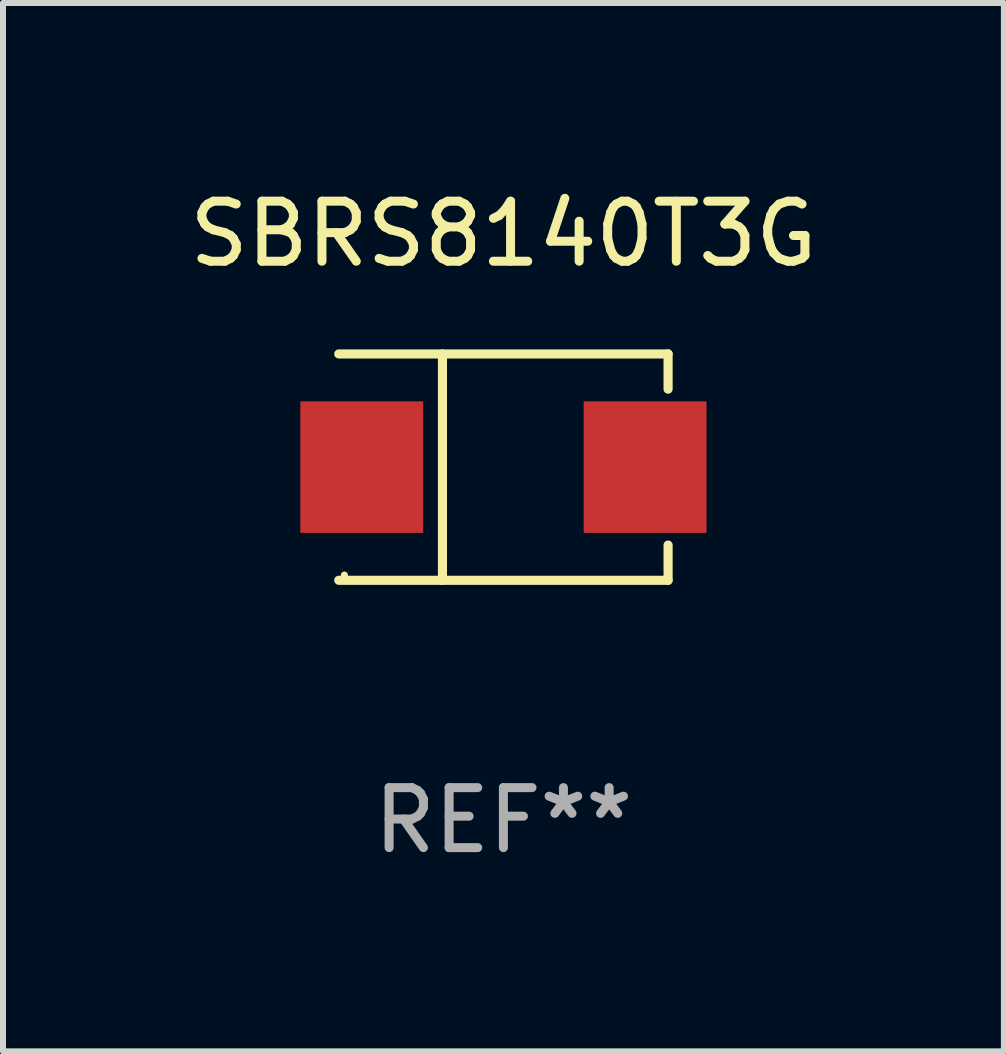
<source format=kicad_pcb>
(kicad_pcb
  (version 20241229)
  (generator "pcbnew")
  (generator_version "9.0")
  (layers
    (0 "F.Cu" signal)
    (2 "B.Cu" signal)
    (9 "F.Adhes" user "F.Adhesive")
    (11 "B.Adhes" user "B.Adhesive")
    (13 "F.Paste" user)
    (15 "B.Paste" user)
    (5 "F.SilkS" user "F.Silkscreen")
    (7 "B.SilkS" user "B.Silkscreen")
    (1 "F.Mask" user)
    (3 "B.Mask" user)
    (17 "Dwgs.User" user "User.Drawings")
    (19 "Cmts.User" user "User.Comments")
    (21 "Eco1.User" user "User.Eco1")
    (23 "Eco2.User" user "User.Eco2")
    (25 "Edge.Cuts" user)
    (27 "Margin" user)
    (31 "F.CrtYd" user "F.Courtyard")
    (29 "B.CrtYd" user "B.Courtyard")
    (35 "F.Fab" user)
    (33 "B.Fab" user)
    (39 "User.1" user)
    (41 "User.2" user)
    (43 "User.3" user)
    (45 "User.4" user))
  (footprint "SBRS8140T3G"
    (layer "F.Cu")
    (at 5.339 4.734)
    (property "Reference" "SBRS8140T3G" (at 0 -3.886 0) (layer "F.SilkS") (effects (font (size 1 1) (thickness 0.15))))
    (attr through_hole)
    (fp_line (start -2.744 -1.886) (end 2.744 -1.886) (stroke (width 0.152) (type solid)) (layer "F.SilkS"))
    (fp_line (start -2.744 1.886) (end 2.744 1.886) (stroke (width 0.152) (type solid)) (layer "F.SilkS"))
    (fp_line (start -1.016 -1.886) (end -1.016 1.886) (stroke (width 0.152) (type solid)) (layer "F.SilkS"))
    (fp_line (start 2.744 -1.886) (end 2.744 -1.299) (stroke (width 0.152) (type solid)) (layer "F.SilkS"))
    (fp_line (start 2.744 1.886) (end 2.744 1.299) (stroke (width 0.152) (type solid)) (layer "F.SilkS"))
    (fp_circle (center -2.65 1.8) (end -2.62 1.8) (stroke (width 0.06) (type solid)) (fill no) (layer "F.SilkS"))
    (fp_text user "REF**" (at 0 5.886 0) (layer "F.Fab") (effects (font (size 1 1) (thickness 0.15))))
    (pad "1" smd rect (at -2.361 0) (size 2.047 2.192) (layers "F.Cu" "F.Mask" "F.Paste"))
    (pad "2" smd rect (at 2.361 0) (size 2.047 2.192) (layers "F.Cu" "F.Mask" "F.Paste")))
  (gr_rect
    (start -3 -3)
    (end 13.679 14.469)
    (stroke (width 0.1) (type default))
    (fill no)
    (layer "Edge.Cuts")))
</source>
